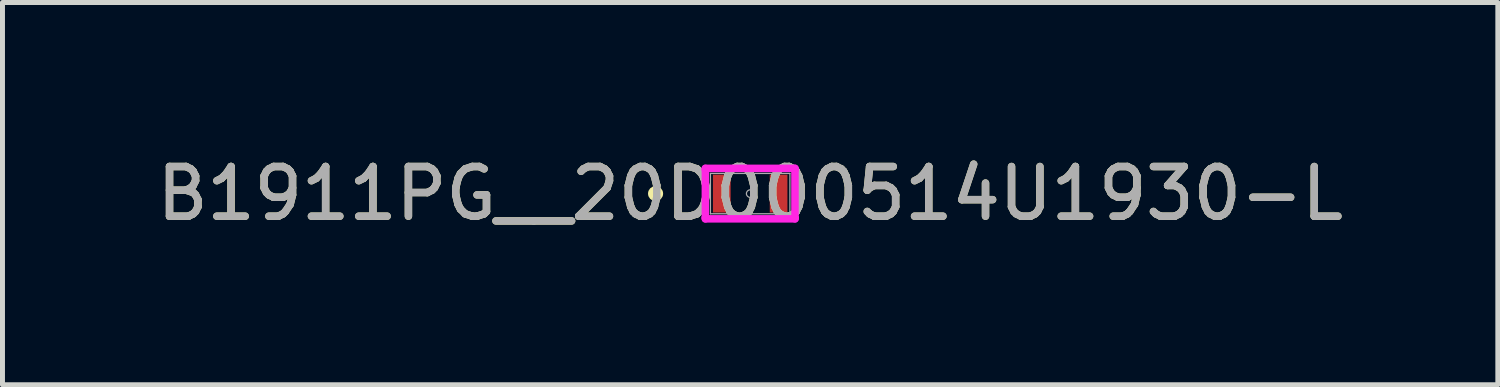
<source format=kicad_pcb>
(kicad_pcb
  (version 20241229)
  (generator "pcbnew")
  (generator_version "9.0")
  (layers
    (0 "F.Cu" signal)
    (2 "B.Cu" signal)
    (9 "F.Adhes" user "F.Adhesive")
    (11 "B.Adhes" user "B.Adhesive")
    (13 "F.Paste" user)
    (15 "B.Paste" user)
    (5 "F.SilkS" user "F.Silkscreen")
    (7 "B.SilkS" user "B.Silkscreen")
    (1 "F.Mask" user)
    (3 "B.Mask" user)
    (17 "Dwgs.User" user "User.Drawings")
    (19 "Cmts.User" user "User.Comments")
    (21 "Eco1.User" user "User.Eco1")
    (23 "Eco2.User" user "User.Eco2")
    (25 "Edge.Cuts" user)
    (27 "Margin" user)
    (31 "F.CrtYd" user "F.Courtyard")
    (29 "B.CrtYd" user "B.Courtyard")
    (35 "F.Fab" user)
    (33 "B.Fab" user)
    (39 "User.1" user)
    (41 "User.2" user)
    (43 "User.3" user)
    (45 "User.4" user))
  (footprint "B1911PG__20D000514U1930-L"
    (layer "F.Cu")
    (at 12.054 0.848)
    (property "Reference" "B1911PG__20D000514U1930-L" (at 0 0 0) (unlocked yes) (layer "F.SilkS") (effects (font (size 1 1) (thickness 0.15))))
    (attr smd)
    (fp_circle (center -1.905 0) (end -1.829 0) (stroke (width 0.152) (type solid)) (fill no) (layer "F.SilkS"))
    (fp_line (start -0.902 -0.508) (end 0.902 -0.508) (stroke (width 0.152) (type solid)) (layer "F.CrtYd"))
    (fp_line (start -0.902 -0.483) (end -0.902 -0.508) (stroke (width 0.152) (type solid)) (layer "F.CrtYd"))
    (fp_line (start -0.902 -0.483) (end -0.902 -0.483) (stroke (width 0.152) (type solid)) (layer "F.CrtYd"))
    (fp_line (start -0.902 0.483) (end -0.902 -0.483) (stroke (width 0.152) (type solid)) (layer "F.CrtYd"))
    (fp_line (start -0.902 0.483) (end -0.902 0.483) (stroke (width 0.152) (type solid)) (layer "F.CrtYd"))
    (fp_line (start -0.902 0.508) (end -0.902 0.483) (stroke (width 0.152) (type solid)) (layer "F.CrtYd"))
    (fp_line (start 0.902 -0.508) (end 0.902 -0.483) (stroke (width 0.152) (type solid)) (layer "F.CrtYd"))
    (fp_line (start 0.902 -0.483) (end 0.902 -0.483) (stroke (width 0.152) (type solid)) (layer "F.CrtYd"))
    (fp_line (start 0.902 -0.483) (end 0.902 0.483) (stroke (width 0.152) (type solid)) (layer "F.CrtYd"))
    (fp_line (start 0.902 0.483) (end 0.902 0.483) (stroke (width 0.152) (type solid)) (layer "F.CrtYd"))
    (fp_line (start 0.902 0.483) (end 0.902 0.508) (stroke (width 0.152) (type solid)) (layer "F.CrtYd"))
    (fp_line (start 0.902 0.508) (end -0.902 0.508) (stroke (width 0.152) (type solid)) (layer "F.CrtYd"))
    (fp_line (start -0.8 -0.406) (end -0.8 0.406) (stroke (width 0.025) (type solid)) (layer "F.Fab"))
    (fp_line (start -0.8 0.406) (end 0.8 0.406) (stroke (width 0.025) (type solid)) (layer "F.Fab"))
    (fp_line (start 0.8 -0.406) (end -0.8 -0.406) (stroke (width 0.025) (type solid)) (layer "F.Fab"))
    (fp_line (start 0.8 0.406) (end 0.8 -0.406) (stroke (width 0.025) (type solid)) (layer "F.Fab"))
    (fp_circle (center 0 0) (end 0.076 0) (stroke (width 0.025) (type solid)) (fill no) (layer "F.Fab"))
    (fp_text user "${REFERENCE}" (at 0 0 0) (unlocked yes) (layer "F.Fab") (effects (font (size 1 1) (thickness 0.15))))
    (pad "1" smd rect (at -0.572 0) (size 0.356 0.762) (layers "F.Cu" "F.Mask" "F.Paste"))
    (pad "2" smd rect (at 0.572 0) (size 0.356 0.762) (layers "F.Cu" "F.Mask" "F.Paste")))
  (gr_rect
    (start -3 -3)
    (end 27.107 4.697)
    (stroke (width 0.1) (type default))
    (fill no)
    (layer "Edge.Cuts")))
</source>
